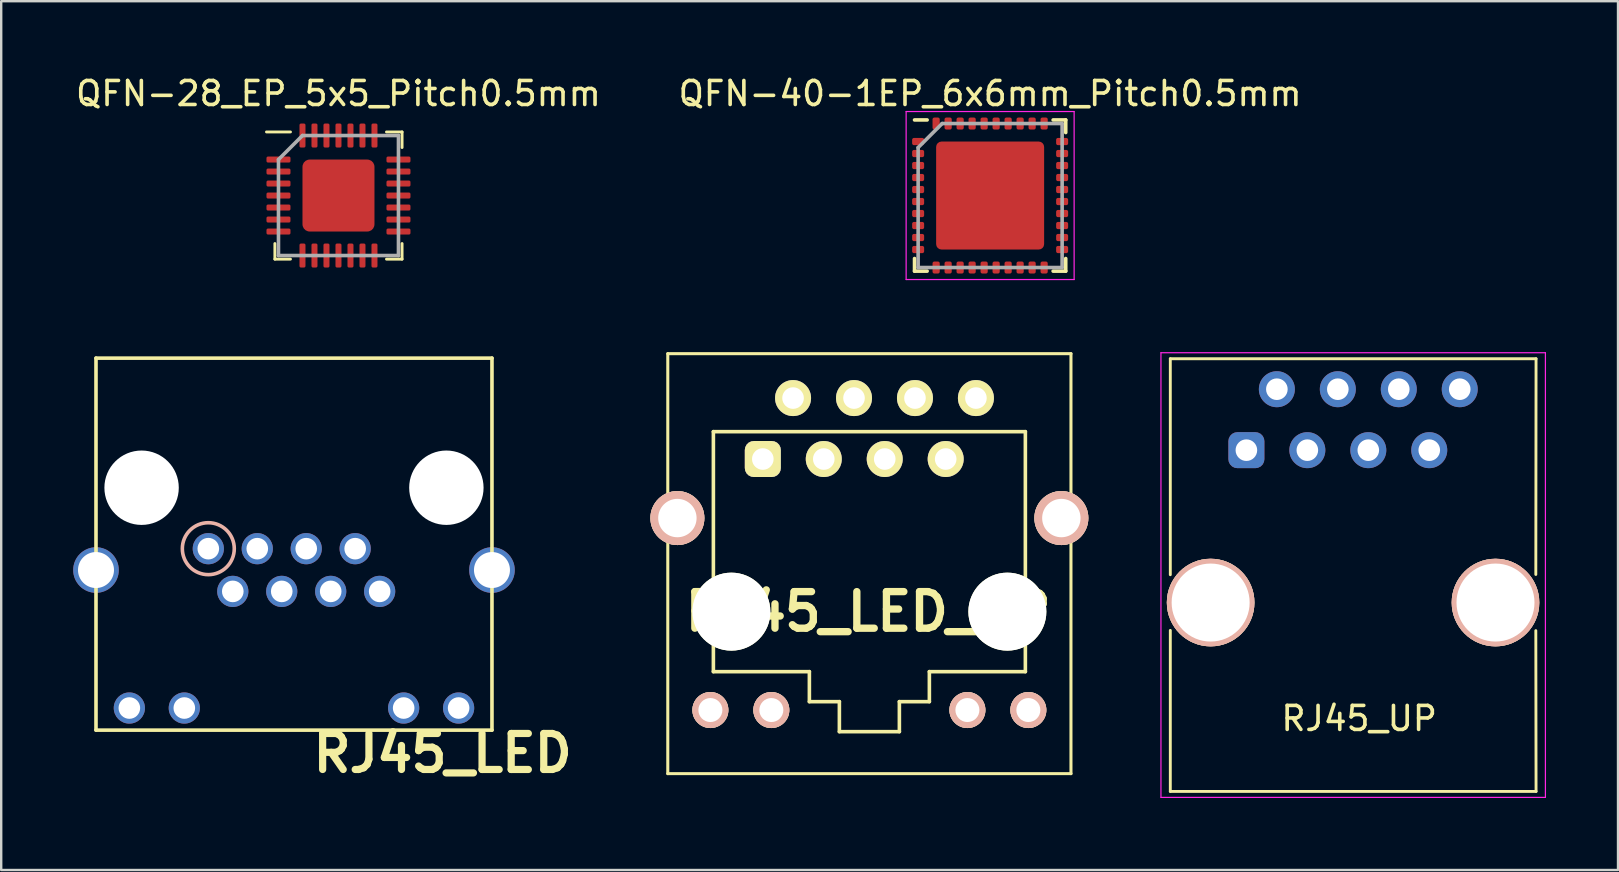
<source format=kicad_pcb>
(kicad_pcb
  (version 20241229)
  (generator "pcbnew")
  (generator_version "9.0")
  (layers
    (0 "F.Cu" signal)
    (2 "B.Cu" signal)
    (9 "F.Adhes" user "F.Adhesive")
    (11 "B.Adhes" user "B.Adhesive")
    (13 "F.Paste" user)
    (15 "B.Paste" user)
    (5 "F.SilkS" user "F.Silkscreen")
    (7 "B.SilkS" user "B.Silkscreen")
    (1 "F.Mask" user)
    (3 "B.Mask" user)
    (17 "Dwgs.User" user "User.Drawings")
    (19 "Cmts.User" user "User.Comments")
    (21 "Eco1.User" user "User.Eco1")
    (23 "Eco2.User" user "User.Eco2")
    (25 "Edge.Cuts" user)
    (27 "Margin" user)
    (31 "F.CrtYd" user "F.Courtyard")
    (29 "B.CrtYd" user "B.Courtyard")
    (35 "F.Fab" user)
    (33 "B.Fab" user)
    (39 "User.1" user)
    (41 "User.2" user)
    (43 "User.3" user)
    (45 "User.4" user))
  (footprint "QFN-28_EP_5x5_Pitch0.5mm"
    (layer "F.Cu")
    (at 11.054 5.098)
    (property "Reference" "QFN-28_EP_5x5_Pitch0.5mm" (at 0 -4.25 0) (layer "F.SilkS") (effects (font (size 1 1) (thickness 0.15))))
    (attr smd)
    (fp_line (start -2.65 2.65) (end -2.65 2) (stroke (width 0.12) (type solid)) (layer "F.SilkS"))
    (fp_line (start -2 -2.65) (end -3 -2.65) (stroke (width 0.12) (type solid)) (layer "F.SilkS"))
    (fp_line (start -2 2.65) (end -2.65 2.65) (stroke (width 0.12) (type solid)) (layer "F.SilkS"))
    (fp_line (start 2 -2.65) (end 2.65 -2.65) (stroke (width 0.12) (type solid)) (layer "F.SilkS"))
    (fp_line (start 2 2.65) (end 2.65 2.65) (stroke (width 0.12) (type solid)) (layer "F.SilkS"))
    (fp_line (start 2.65 -2.65) (end 2.65 -2) (stroke (width 0.12) (type solid)) (layer "F.SilkS"))
    (fp_line (start 2.65 2.65) (end 2.65 2) (stroke (width 0.12) (type solid)) (layer "F.SilkS"))
    (fp_line (start -2.5 -1.5) (end -2.5 2.5) (stroke (width 0.15) (type solid)) (layer "F.Fab"))
    (fp_line (start -2.5 2.5) (end 2.5 2.5) (stroke (width 0.15) (type solid)) (layer "F.Fab"))
    (fp_line (start -1.5 -2.5) (end -2.5 -1.5) (stroke (width 0.15) (type solid)) (layer "F.Fab"))
    (fp_line (start 2.5 -2.5) (end -1.5 -2.5) (stroke (width 0.15) (type solid)) (layer "F.Fab"))
    (fp_line (start 2.5 2.5) (end 2.5 -2.5) (stroke (width 0.15) (type solid)) (layer "F.Fab"))
    (pad "1" smd roundrect (at -2.5 -1.5 90) (size 0.25 1) (layers "F.Cu" "F.Mask" "F.Paste") (roundrect_rratio 0.25))
    (pad "2" smd roundrect (at -2.5 -1 90) (size 0.25 1) (layers "F.Cu" "F.Mask" "F.Paste") (roundrect_rratio 0.25))
    (pad "3" smd roundrect (at -2.5 -0.5 90) (size 0.25 1) (layers "F.Cu" "F.Mask" "F.Paste") (roundrect_rratio 0.25))
    (pad "4" smd roundrect (at -2.5 0 90) (size 0.25 1) (layers "F.Cu" "F.Mask" "F.Paste") (roundrect_rratio 0.25))
    (pad "5" smd roundrect (at -2.5 0.5 90) (size 0.25 1) (layers "F.Cu" "F.Mask" "F.Paste") (roundrect_rratio 0.25))
    (pad "6" smd roundrect (at -2.5 1 90) (size 0.25 1) (layers "F.Cu" "F.Mask" "F.Paste") (roundrect_rratio 0.25))
    (pad "7" smd roundrect (at -2.5 1.5 90) (size 0.25 1) (layers "F.Cu" "F.Mask" "F.Paste") (roundrect_rratio 0.25))
    (pad "8" smd roundrect (at -1.5 2.5 180) (size 0.25 1) (layers "F.Cu" "F.Mask" "F.Paste") (roundrect_rratio 0.25))
    (pad "9" smd roundrect (at -1 2.5 180) (size 0.25 1) (layers "F.Cu" "F.Mask" "F.Paste") (roundrect_rratio 0.25))
    (pad "10" smd roundrect (at -0.5 2.5 180) (size 0.25 1) (layers "F.Cu" "F.Mask" "F.Paste") (roundrect_rratio 0.25))
    (pad "11" smd roundrect (at 0 2.5 180) (size 0.25 1) (layers "F.Cu" "F.Mask" "F.Paste") (roundrect_rratio 0.25))
    (pad "12" smd roundrect (at 0.5 2.5 180) (size 0.25 1) (layers "F.Cu" "F.Mask" "F.Paste") (roundrect_rratio 0.25))
    (pad "13" smd roundrect (at 1 2.5 180) (size 0.25 1) (layers "F.Cu" "F.Mask" "F.Paste") (roundrect_rratio 0.25))
    (pad "14" smd roundrect (at 1.5 2.5 180) (size 0.25 1) (layers "F.Cu" "F.Mask" "F.Paste") (roundrect_rratio 0.25))
    (pad "15" smd roundrect (at 2.5 1.5 270) (size 0.25 1) (layers "F.Cu" "F.Mask" "F.Paste") (roundrect_rratio 0.25))
    (pad "16" smd roundrect (at 2.5 1 270) (size 0.25 1) (layers "F.Cu" "F.Mask" "F.Paste") (roundrect_rratio 0.25))
    (pad "17" smd roundrect (at 2.5 0.5 270) (size 0.25 1) (layers "F.Cu" "F.Mask" "F.Paste") (roundrect_rratio 0.25))
    (pad "18" smd roundrect (at 2.5 0 270) (size 0.25 1) (layers "F.Cu" "F.Mask" "F.Paste") (roundrect_rratio 0.25))
    (pad "19" smd roundrect (at 2.5 -0.5 270) (size 0.25 1) (layers "F.Cu" "F.Mask" "F.Paste") (roundrect_rratio 0.25))
    (pad "20" smd roundrect (at 2.5 -1 270) (size 0.25 1) (layers "F.Cu" "F.Mask" "F.Paste") (roundrect_rratio 0.25))
    (pad "21" smd roundrect (at 2.5 -1.5 270) (size 0.25 1) (layers "F.Cu" "F.Mask" "F.Paste") (roundrect_rratio 0.25))
    (pad "22" smd roundrect (at 1.5 -2.5) (size 0.25 1) (layers "F.Cu" "F.Mask" "F.Paste") (roundrect_rratio 0.25))
    (pad "23" smd roundrect (at 1 -2.5) (size 0.25 1) (layers "F.Cu" "F.Mask" "F.Paste") (roundrect_rratio 0.25))
    (pad "24" smd roundrect (at 0.5 -2.5) (size 0.25 1) (layers "F.Cu" "F.Mask" "F.Paste") (roundrect_rratio 0.25))
    (pad "25" smd roundrect (at 0 -2.5) (size 0.25 1) (layers "F.Cu" "F.Mask" "F.Paste") (roundrect_rratio 0.25))
    (pad "26" smd roundrect (at -0.5 -2.5) (size 0.25 1) (layers "F.Cu" "F.Mask" "F.Paste") (roundrect_rratio 0.25))
    (pad "27" smd roundrect (at -1 -2.5) (size 0.25 1) (layers "F.Cu" "F.Mask" "F.Paste") (roundrect_rratio 0.25))
    (pad "28" smd roundrect (at -1.5 -2.5) (size 0.25 1) (layers "F.Cu" "F.Mask" "F.Paste") (roundrect_rratio 0.25))
    (pad "29" smd roundrect (at 0 0 90) (size 3 3) (layers "F.Cu" "F.Mask" "F.Paste") (roundrect_rratio 0.1)))
  (footprint "QFN-40-1EP_6x6mm_Pitch0.5mm"
    (layer "F.Cu")
    (at 38.208 5.098)
    (property "Reference" "QFN-40-1EP_6x6mm_Pitch0.5mm" (at 0 -4.25 0) (layer "F.SilkS") (effects (font (size 1 1) (thickness 0.15))))
    (attr smd)
    (fp_line (start -3.15 -3.15) (end -2.625 -3.15) (stroke (width 0.15) (type solid)) (layer "F.SilkS"))
    (fp_line (start -3.15 3.15) (end -3.15 2.625) (stroke (width 0.15) (type solid)) (layer "F.SilkS"))
    (fp_line (start -3.15 3.15) (end -2.625 3.15) (stroke (width 0.15) (type solid)) (layer "F.SilkS"))
    (fp_line (start 3.15 -3.15) (end 2.625 -3.15) (stroke (width 0.15) (type solid)) (layer "F.SilkS"))
    (fp_line (start 3.15 -3.15) (end 3.15 -2.625) (stroke (width 0.15) (type solid)) (layer "F.SilkS"))
    (fp_line (start 3.15 3.15) (end 2.625 3.15) (stroke (width 0.15) (type solid)) (layer "F.SilkS"))
    (fp_line (start 3.15 3.15) (end 3.15 2.625) (stroke (width 0.15) (type solid)) (layer "F.SilkS"))
    (fp_line (start -3.5 -3.5) (end -3.5 3.5) (stroke (width 0.05) (type solid)) (layer "F.CrtYd"))
    (fp_line (start -3.5 -3.5) (end 3.5 -3.5) (stroke (width 0.05) (type solid)) (layer "F.CrtYd"))
    (fp_line (start -3.5 3.5) (end 3.5 3.5) (stroke (width 0.05) (type solid)) (layer "F.CrtYd"))
    (fp_line (start 3.5 -3.5) (end 3.5 3.5) (stroke (width 0.05) (type solid)) (layer "F.CrtYd"))
    (fp_line (start -3 -2) (end -2 -3) (stroke (width 0.15) (type solid)) (layer "F.Fab"))
    (fp_line (start -3 3) (end -3 -2) (stroke (width 0.15) (type solid)) (layer "F.Fab"))
    (fp_line (start -2 -3) (end 3 -3) (stroke (width 0.15) (type solid)) (layer "F.Fab"))
    (fp_line (start 3 -3) (end 3 3) (stroke (width 0.15) (type solid)) (layer "F.Fab"))
    (fp_line (start 3 3) (end -3 3) (stroke (width 0.15) (type solid)) (layer "F.Fab"))
    (pad "1" smd roundrect (at -3 -2.25) (size 0.5 0.3) (layers "F.Cu" "F.Mask" "F.Paste") (roundrect_rratio 0.25))
    (pad "2" smd roundrect (at -3 -1.75) (size 0.5 0.3) (layers "F.Cu" "F.Mask" "F.Paste") (roundrect_rratio 0.25))
    (pad "3" smd roundrect (at -3 -1.25) (size 0.5 0.3) (layers "F.Cu" "F.Mask" "F.Paste") (roundrect_rratio 0.25))
    (pad "4" smd roundrect (at -3 -0.75) (size 0.5 0.3) (layers "F.Cu" "F.Mask" "F.Paste") (roundrect_rratio 0.25))
    (pad "5" smd roundrect (at -3 -0.25) (size 0.5 0.3) (layers "F.Cu" "F.Mask" "F.Paste") (roundrect_rratio 0.25))
    (pad "6" smd roundrect (at -3 0.25) (size 0.5 0.3) (layers "F.Cu" "F.Mask" "F.Paste") (roundrect_rratio 0.25))
    (pad "7" smd roundrect (at -3 0.75) (size 0.5 0.3) (layers "F.Cu" "F.Mask" "F.Paste") (roundrect_rratio 0.25))
    (pad "8" smd roundrect (at -3 1.25) (size 0.5 0.3) (layers "F.Cu" "F.Mask" "F.Paste") (roundrect_rratio 0.25))
    (pad "9" smd roundrect (at -3 1.75) (size 0.5 0.3) (layers "F.Cu" "F.Mask" "F.Paste") (roundrect_rratio 0.25))
    (pad "10" smd roundrect (at -3 2.25) (size 0.5 0.3) (layers "F.Cu" "F.Mask" "F.Paste") (roundrect_rratio 0.25))
    (pad "11" smd roundrect (at -2.25 3 90) (size 0.5 0.3) (layers "F.Cu" "F.Mask" "F.Paste") (roundrect_rratio 0.25))
    (pad "12" smd roundrect (at -1.75 3 90) (size 0.5 0.3) (layers "F.Cu" "F.Mask" "F.Paste") (roundrect_rratio 0.25))
    (pad "13" smd roundrect (at -1.25 3 90) (size 0.5 0.3) (layers "F.Cu" "F.Mask" "F.Paste") (roundrect_rratio 0.25))
    (pad "14" smd roundrect (at -0.75 3 90) (size 0.5 0.3) (layers "F.Cu" "F.Mask" "F.Paste") (roundrect_rratio 0.25))
    (pad "15" smd roundrect (at -0.25 3 90) (size 0.5 0.3) (layers "F.Cu" "F.Mask" "F.Paste") (roundrect_rratio 0.25))
    (pad "16" smd roundrect (at 0.25 3 90) (size 0.5 0.3) (layers "F.Cu" "F.Mask" "F.Paste") (roundrect_rratio 0.25))
    (pad "17" smd roundrect (at 0.75 3 90) (size 0.5 0.3) (layers "F.Cu" "F.Mask" "F.Paste") (roundrect_rratio 0.25))
    (pad "18" smd roundrect (at 1.25 3 90) (size 0.5 0.3) (layers "F.Cu" "F.Mask" "F.Paste") (roundrect_rratio 0.25))
    (pad "19" smd roundrect (at 1.75 3 90) (size 0.5 0.3) (layers "F.Cu" "F.Mask" "F.Paste") (roundrect_rratio 0.25))
    (pad "20" smd roundrect (at 2.25 3 90) (size 0.5 0.3) (layers "F.Cu" "F.Mask" "F.Paste") (roundrect_rratio 0.25))
    (pad "21" smd roundrect (at 3 2.25) (size 0.5 0.3) (layers "F.Cu" "F.Mask" "F.Paste") (roundrect_rratio 0.25))
    (pad "22" smd roundrect (at 3 1.75) (size 0.5 0.3) (layers "F.Cu" "F.Mask" "F.Paste") (roundrect_rratio 0.25))
    (pad "23" smd roundrect (at 3 1.25) (size 0.5 0.3) (layers "F.Cu" "F.Mask" "F.Paste") (roundrect_rratio 0.25))
    (pad "24" smd roundrect (at 3 0.75) (size 0.5 0.3) (layers "F.Cu" "F.Mask" "F.Paste") (roundrect_rratio 0.25))
    (pad "25" smd roundrect (at 3 0.25) (size 0.5 0.3) (layers "F.Cu" "F.Mask" "F.Paste") (roundrect_rratio 0.25))
    (pad "26" smd roundrect (at 3 -0.25) (size 0.5 0.3) (layers "F.Cu" "F.Mask" "F.Paste") (roundrect_rratio 0.25))
    (pad "27" smd roundrect (at 3 -0.75) (size 0.5 0.3) (layers "F.Cu" "F.Mask" "F.Paste") (roundrect_rratio 0.25))
    (pad "28" smd roundrect (at 3 -1.25) (size 0.5 0.3) (layers "F.Cu" "F.Mask" "F.Paste") (roundrect_rratio 0.25))
    (pad "29" smd roundrect (at 3 -1.75) (size 0.5 0.3) (layers "F.Cu" "F.Mask" "F.Paste") (roundrect_rratio 0.25))
    (pad "30" smd roundrect (at 3 -2.25) (size 0.5 0.3) (layers "F.Cu" "F.Mask" "F.Paste") (roundrect_rratio 0.25))
    (pad "31" smd roundrect (at 2.25 -3 90) (size 0.5 0.3) (layers "F.Cu" "F.Mask" "F.Paste") (roundrect_rratio 0.25))
    (pad "32" smd roundrect (at 1.75 -3 90) (size 0.5 0.3) (layers "F.Cu" "F.Mask" "F.Paste") (roundrect_rratio 0.25))
    (pad "33" smd roundrect (at 1.25 -3 90) (size 0.5 0.3) (layers "F.Cu" "F.Mask" "F.Paste") (roundrect_rratio 0.25))
    (pad "34" smd roundrect (at 0.75 -3 90) (size 0.5 0.3) (layers "F.Cu" "F.Mask" "F.Paste") (roundrect_rratio 0.25))
    (pad "35" smd roundrect (at 0.25 -3 90) (size 0.5 0.3) (layers "F.Cu" "F.Mask" "F.Paste") (roundrect_rratio 0.25))
    (pad "36" smd roundrect (at -0.25 -3 90) (size 0.5 0.3) (layers "F.Cu" "F.Mask" "F.Paste") (roundrect_rratio 0.25))
    (pad "37" smd roundrect (at -0.75 -3 90) (size 0.5 0.3) (layers "F.Cu" "F.Mask" "F.Paste") (roundrect_rratio 0.25))
    (pad "38" smd roundrect (at -1.25 -3 90) (size 0.5 0.3) (layers "F.Cu" "F.Mask" "F.Paste") (roundrect_rratio 0.25))
    (pad "39" smd roundrect (at -1.75 -3 90) (size 0.5 0.3) (layers "F.Cu" "F.Mask" "F.Paste") (roundrect_rratio 0.25))
    (pad "40" smd roundrect (at -2.25 -3 90) (size 0.5 0.3) (layers "F.Cu" "F.Mask" "F.Paste") (roundrect_rratio 0.25))
    (pad "41" smd roundrect (at 0 0) (size 4.5 4.5) (layers "F.Cu" "F.Mask" "F.Paste") (roundrect_rratio 0.05)))
  (footprint "RJ45_LED"
    (layer "F.Cu")
    (at 9.2 11.873)
    (property "Reference" "RJ45_LED" (at 6.194 16.462 0) (layer "F.SilkS") (effects (font (size 1.5 1.5) (thickness 0.3))))
    (attr through_hole)
    (fp_line (start -8.25 0) (end -8.25 15.5) (stroke (width 0.15) (type solid)) (layer "F.SilkS"))
    (fp_line (start -8.25 15.5) (end 8.25 15.5) (stroke (width 0.15) (type solid)) (layer "F.SilkS"))
    (fp_line (start 8.25 0) (end -8.25 0) (stroke (width 0.15) (type solid)) (layer "F.SilkS"))
    (fp_line (start 8.25 15.5) (end 8.25 0) (stroke (width 0.15) (type solid)) (layer "F.SilkS"))
    (fp_circle (center -3.57 7.94) (end -3.556 6.858) (stroke (width 0.15) (type solid)) (fill no) (layer "B.SilkS"))
    (pad "" np_thru_hole circle (at -6.35 5.4) (size 3.1 3.1) (drill 3.1) (layers "*.Cu" "*.Mask"))
    (pad "" np_thru_hole circle (at 6.35 5.4) (size 3.1 3.1) (drill 3.1) (layers "*.Cu" "*.Mask"))
    (pad "1" thru_hole circle (at -3.57 7.94) (size 1.3 1.3) (drill 0.9) (layers "*.Cu" "*.Mask"))
    (pad "2" thru_hole circle (at -2.55 9.72) (size 1.3 1.3) (drill 0.9) (layers "*.Cu" "*.Mask"))
    (pad "3" thru_hole circle (at -1.53 7.94) (size 1.3 1.3) (drill 0.9) (layers "*.Cu" "*.Mask"))
    (pad "4" thru_hole circle (at -0.51 9.72) (size 1.3 1.3) (drill 0.9) (layers "*.Cu" "*.Mask"))
    (pad "5" thru_hole circle (at 0.51 7.94) (size 1.3 1.3) (drill 0.9) (layers "*.Cu" "*.Mask"))
    (pad "6" thru_hole circle (at 1.53 9.72) (size 1.3 1.3) (drill 0.9) (layers "*.Cu" "*.Mask"))
    (pad "7" thru_hole circle (at 2.55 7.94) (size 1.3 1.3) (drill 0.9) (layers "*.Cu" "*.Mask"))
    (pad "8" thru_hole circle (at 3.57 9.72) (size 1.3 1.3) (drill 0.9) (layers "*.Cu" "*.Mask"))
    (pad "9" thru_hole circle (at 4.57 14.58) (size 1.3 1.3) (drill 0.9) (layers "*.Cu" "*.Mask"))
    (pad "10" thru_hole circle (at 6.86 14.58) (size 1.3 1.3) (drill 0.9) (layers "*.Cu" "*.Mask"))
    (pad "11" thru_hole circle (at -6.86 14.58) (size 1.3 1.3) (drill 0.9) (layers "*.Cu" "*.Mask"))
    (pad "12" thru_hole circle (at -4.57 14.58) (size 1.3 1.3) (drill 0.9) (layers "*.Cu" "*.Mask"))
    (pad "13" thru_hole circle (at -8.25 8.83) (size 1.9 1.9) (drill 1.5) (layers "*.Cu" "*.Mask"))
    (pad "13" thru_hole circle (at 8.25 8.83) (size 1.9 1.9) (drill 1.5) (layers "*.Cu" "*.Mask")))
  (footprint "RJ45_LED_UP"
    (layer "F.Cu")
    (at 33.176 22.437)
    (property "Reference" "RJ45_LED_UP" (at -0.051 0 0) (layer "F.SilkS") (effects (font (size 1.524 1.524) (thickness 0.305))))
    (attr through_hole)
    (fp_line (start -8.4 -10.75) (end -8.4 6.75) (stroke (width 0.127) (type solid)) (layer "F.SilkS"))
    (fp_line (start -8.4 -10.75) (end 8.4 -10.75) (stroke (width 0.127) (type solid)) (layer "F.SilkS"))
    (fp_line (start -8.4 6.75) (end 8.4 6.75) (stroke (width 0.127) (type solid)) (layer "F.SilkS"))
    (fp_line (start -6.5 -7.5) (end -6.5 2.5) (stroke (width 0.15) (type solid)) (layer "F.SilkS"))
    (fp_line (start -6.5 2.5) (end -2.5 2.5) (stroke (width 0.15) (type solid)) (layer "F.SilkS"))
    (fp_line (start -2.5 2.5) (end -2.5 3.75) (stroke (width 0.15) (type solid)) (layer "F.SilkS"))
    (fp_line (start -2.5 3.75) (end -1.25 3.75) (stroke (width 0.15) (type solid)) (layer "F.SilkS"))
    (fp_line (start -1.25 3.75) (end -1.25 5) (stroke (width 0.15) (type solid)) (layer "F.SilkS"))
    (fp_line (start -1.25 5) (end 1.25 5) (stroke (width 0.15) (type solid)) (layer "F.SilkS"))
    (fp_line (start 1.25 3.75) (end 1.25 5) (stroke (width 0.15) (type solid)) (layer "F.SilkS"))
    (fp_line (start 2.5 2.5) (end 6.5 2.5) (stroke (width 0.15) (type solid)) (layer "F.SilkS"))
    (fp_line (start 2.5 3.75) (end 1.25 3.75) (stroke (width 0.15) (type solid)) (layer "F.SilkS"))
    (fp_line (start 2.5 3.75) (end 2.5 2.5) (stroke (width 0.15) (type solid)) (layer "F.SilkS"))
    (fp_line (start 6.5 -7.5) (end -6.5 -7.5) (stroke (width 0.15) (type solid)) (layer "F.SilkS"))
    (fp_line (start 6.5 2.5) (end 6.5 -7.5) (stroke (width 0.15) (type solid)) (layer "F.SilkS"))
    (fp_line (start 8.4 -10.75) (end 8.4 6.75) (stroke (width 0.127) (type solid)) (layer "F.SilkS"))
    (pad "" np_thru_hole circle (at -5.75 0) (size 3.25 3.25) (drill 3.25) (layers "F.Cu" "F.SilkS"))
    (pad "" np_thru_hole circle (at 5.75 0) (size 3.25 3.25) (drill 3.25) (layers "F.Cu" "F.SilkS"))
    (pad "1" thru_hole roundrect (at -4.44 -6.36) (size 1.5 1.5) (drill 0.9) (layers "*.Cu" "*.Mask" "F.SilkS") (roundrect_rratio 0.25))
    (pad "2" thru_hole circle (at -3.18 -8.9) (size 1.5 1.5) (drill 0.9) (layers "*.Cu" "*.Mask" "F.SilkS"))
    (pad "3" thru_hole circle (at -1.9 -6.36) (size 1.5 1.5) (drill 0.9) (layers "*.Cu" "*.Mask" "F.SilkS"))
    (pad "4" thru_hole circle (at -0.64 -8.9) (size 1.5 1.5) (drill 0.9) (layers "*.Cu" "*.Mask" "F.SilkS"))
    (pad "5" thru_hole circle (at 0.64 -6.36) (size 1.5 1.5) (drill 0.9) (layers "*.Cu" "*.Mask" "F.SilkS"))
    (pad "6" thru_hole circle (at 1.9 -8.9) (size 1.5 1.5) (drill 0.9) (layers "*.Cu" "*.Mask" "F.SilkS"))
    (pad "7" thru_hole circle (at 3.18 -6.36) (size 1.5 1.5) (drill 0.9) (layers "*.Cu" "*.Mask" "F.SilkS"))
    (pad "8" thru_hole circle (at 4.44 -8.9) (size 1.5 1.5) (drill 0.9) (layers "*.Cu" "*.Mask" "F.SilkS"))
    (pad "9" thru_hole circle (at -6.625 4.1) (size 1.5 1.5) (drill 1) (layers "*.Cu" "*.SilkS" "*.Mask"))
    (pad "10" thru_hole circle (at -4.085 4.1) (size 1.5 1.5) (drill 1) (layers "*.Cu" "*.SilkS" "*.Mask"))
    (pad "11" thru_hole circle (at 4.085 4.1) (size 1.5 1.5) (drill 1) (layers "*.Cu" "*.SilkS" "*.Mask"))
    (pad "12" thru_hole circle (at 6.625 4.1) (size 1.5 1.5) (drill 1) (layers "*.Cu" "*.SilkS" "*.Mask"))
    (pad "13" thru_hole circle (at -8 -3.9) (size 2.25 2.25) (drill 1.6) (layers "*.Cu" "*.SilkS" "*.Mask"))
    (pad "13" thru_hole circle (at 8 -3.9) (size 2.25 2.25) (drill 1.6) (layers "*.Cu" "*.SilkS" "*.Mask")))
  (footprint "RJ45_UP"
    (layer "F.Cu")
    (at 48.886 15.708)
    (property "Reference" "RJ45_UP" (at 4.7 11.18 0) (layer "F.SilkS") (effects (font (size 1 1) (thickness 0.15))))
    (attr through_hole)
    (fp_line (start -3.17 -3.81) (end -3.17 5.19) (stroke (width 0.12) (type solid)) (layer "F.SilkS"))
    (fp_line (start -3.17 7.51) (end -3.17 14.22) (stroke (width 0.12) (type solid)) (layer "F.SilkS"))
    (fp_line (start -3.17 14.22) (end 12.07 14.22) (stroke (width 0.12) (type solid)) (layer "F.SilkS"))
    (fp_line (start 12.06 7.52) (end 12.07 14.22) (stroke (width 0.12) (type solid)) (layer "F.SilkS"))
    (fp_line (start 12.07 -3.81) (end -3.17 -3.81) (stroke (width 0.12) (type solid)) (layer "F.SilkS"))
    (fp_line (start 12.07 -3.81) (end 12.06 5.18) (stroke (width 0.12) (type solid)) (layer "F.SilkS"))
    (fp_line (start -3.56 -4.06) (end -3.56 14.47) (stroke (width 0.05) (type solid)) (layer "F.CrtYd"))
    (fp_line (start -3.56 -4.06) (end 12.46 -4.06) (stroke (width 0.05) (type solid)) (layer "F.CrtYd"))
    (fp_line (start 12.46 14.47) (end -3.56 14.47) (stroke (width 0.05) (type solid)) (layer "F.CrtYd"))
    (fp_line (start 12.46 14.47) (end 12.46 -4.06) (stroke (width 0.05) (type solid)) (layer "F.CrtYd"))
    (pad "" np_thru_hole circle (at -1.49 6.35) (size 3.65 3.65) (drill 3.25) (layers "*.Cu" "*.SilkS" "*.Mask"))
    (pad "" np_thru_hole circle (at 10.38 6.35) (size 3.65 3.65) (drill 3.25) (layers "*.Cu" "*.SilkS" "*.Mask"))
    (pad "1" thru_hole roundrect (at 0 0) (size 1.5 1.5) (drill 0.9) (layers "*.Cu" "*.Mask") (roundrect_rratio 0.25))
    (pad "2" thru_hole circle (at 1.27 -2.54) (size 1.5 1.5) (drill 0.9) (layers "*.Cu" "*.Mask"))
    (pad "3" thru_hole circle (at 2.54 0) (size 1.5 1.5) (drill 0.9) (layers "*.Cu" "*.Mask"))
    (pad "4" thru_hole circle (at 3.81 -2.54) (size 1.5 1.5) (drill 0.9) (layers "*.Cu" "*.Mask"))
    (pad "5" thru_hole circle (at 5.08 0) (size 1.5 1.5) (drill 0.9) (layers "*.Cu" "*.Mask"))
    (pad "6" thru_hole circle (at 6.35 -2.54) (size 1.5 1.5) (drill 0.9) (layers "*.Cu" "*.Mask"))
    (pad "7" thru_hole circle (at 7.62 0) (size 1.5 1.5) (drill 0.9) (layers "*.Cu" "*.Mask"))
    (pad "8" thru_hole circle (at 8.89 -2.54) (size 1.5 1.5) (drill 0.9) (layers "*.Cu" "*.Mask")))
  (gr_rect
    (start -3 -3)
    (end 64.371 33.203)
    (stroke (width 0.1) (type default))
    (fill no)
    (layer "Edge.Cuts")))
</source>
